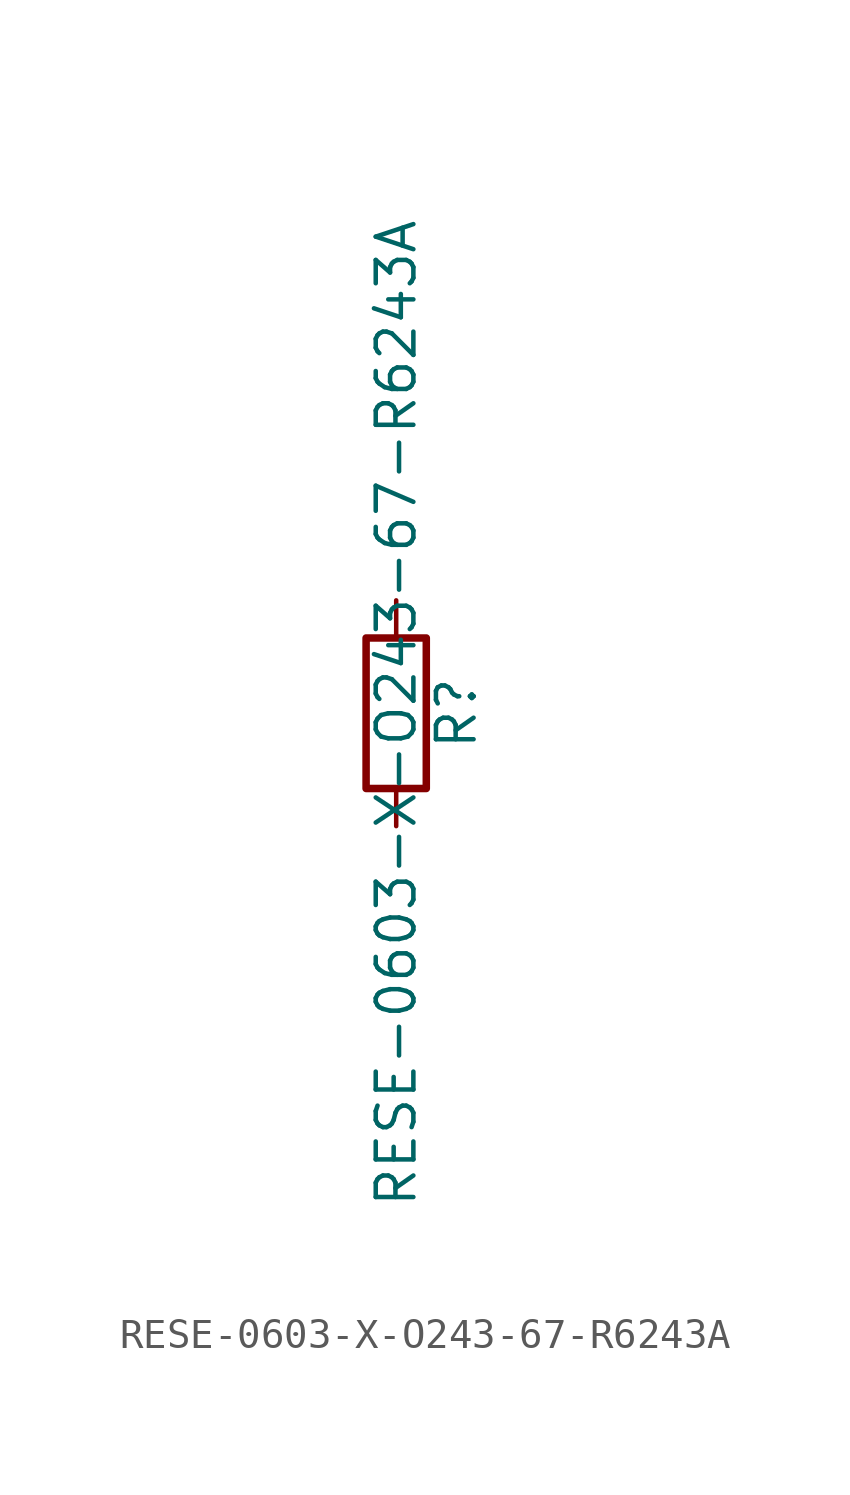
<source format=kicad_sym>
(kicad_symbol_lib
  (version 20211014)
  (generator kicad_symbol_editor)
  (symbol "RESE-0603-X-O243-67-R6243A"
    (pin_numbers hide)
    (pin_names
      (offset 0))
    (property "Reference" "R"
      (at 2.032 0 90)
      (effects (font (size 1.27 1.27))))
    (property "Value" "RESE-0603-X-O243-67-R6243A"
      (at 0 0 90)
      (effects (font (size 1.27 1.27))))
    (symbol "RESE-0603-X-O243-67-R6243A_0_1"
      (rectangle (start -1.016 -2.54) (end 1.016 2.54) (stroke (width 0.254) (type default) (color 0 0 0 0)) (fill (type none))))
    (symbol "RESE-0603-X-O243-67-R6243A_1_1"
      (pin passive line (at 0 3.81 270) (length 1.27) (name "~" (effects (font (size 1.27 1.27)))) (number "1" (effects (font (size 1.27 1.27)))))
      (pin passive line (at 0 -3.81 90) (length 1.27) (name "~" (effects (font (size 1.27 1.27)))) (number "2" (effects (font (size 1.27 1.27))))))))
</source>
